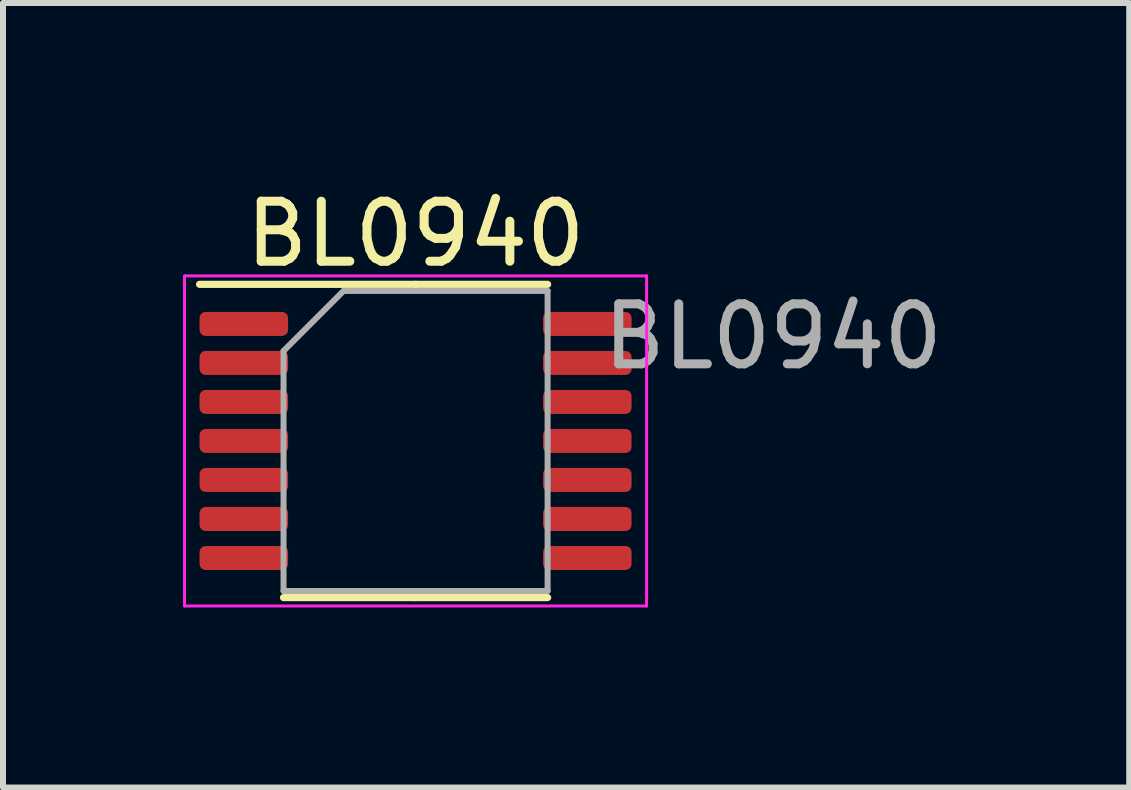
<source format=kicad_pcb>
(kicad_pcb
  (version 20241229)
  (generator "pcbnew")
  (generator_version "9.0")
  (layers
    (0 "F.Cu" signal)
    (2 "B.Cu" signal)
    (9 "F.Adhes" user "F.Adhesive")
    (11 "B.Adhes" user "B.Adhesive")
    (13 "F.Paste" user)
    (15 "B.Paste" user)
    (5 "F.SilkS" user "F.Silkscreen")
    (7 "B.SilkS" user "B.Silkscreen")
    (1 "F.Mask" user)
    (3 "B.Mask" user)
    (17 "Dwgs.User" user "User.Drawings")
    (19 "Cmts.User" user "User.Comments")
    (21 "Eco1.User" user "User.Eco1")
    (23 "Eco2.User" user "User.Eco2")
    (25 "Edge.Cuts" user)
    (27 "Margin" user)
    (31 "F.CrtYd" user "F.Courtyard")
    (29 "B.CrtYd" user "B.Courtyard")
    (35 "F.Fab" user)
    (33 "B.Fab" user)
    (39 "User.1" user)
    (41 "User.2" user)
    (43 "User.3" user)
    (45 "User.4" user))
  (footprint "BL0940"
    (layer "F.Cu")
    (at 3.875 4.298)
    (property "Reference" "BL0940" (at 0 -3.45 0) (layer "F.SilkS") (effects (font (size 1 1) (thickness 0.15))))
    (attr smd)
    (fp_line (start 0 -2.61) (end -3.6 -2.61) (stroke (width 0.12) (type solid)) (layer "F.SilkS"))
    (fp_line (start 0 -2.61) (end 2.2 -2.61) (stroke (width 0.12) (type solid)) (layer "F.SilkS"))
    (fp_line (start 0 2.61) (end -2.2 2.61) (stroke (width 0.12) (type solid)) (layer "F.SilkS"))
    (fp_line (start 0 2.61) (end 2.2 2.61) (stroke (width 0.12) (type solid)) (layer "F.SilkS"))
    (fp_line (start -3.85 -2.75) (end -3.85 2.75) (stroke (width 0.05) (type solid)) (layer "F.CrtYd"))
    (fp_line (start -3.85 2.75) (end 3.85 2.75) (stroke (width 0.05) (type solid)) (layer "F.CrtYd"))
    (fp_line (start 3.85 -2.75) (end -3.85 -2.75) (stroke (width 0.05) (type solid)) (layer "F.CrtYd"))
    (fp_line (start 3.85 2.75) (end 3.85 -2.75) (stroke (width 0.05) (type solid)) (layer "F.CrtYd"))
    (fp_line (start -2.2 -1.5) (end -1.2 -2.5) (stroke (width 0.1) (type solid)) (layer "F.Fab"))
    (fp_line (start -2.2 2.5) (end -2.2 -1.5) (stroke (width 0.1) (type solid)) (layer "F.Fab"))
    (fp_line (start -1.2 -2.5) (end 2.2 -2.5) (stroke (width 0.1) (type solid)) (layer "F.Fab"))
    (fp_line (start 2.2 -2.5) (end 2.2 2.5) (stroke (width 0.1) (type solid)) (layer "F.Fab"))
    (fp_line (start 2.2 2.5) (end -2.2 2.5) (stroke (width 0.1) (type solid)) (layer "F.Fab"))
    (fp_text user "${REFERENCE}" (at 5.957 -1.74 0) (layer "F.Fab") (effects (font (size 1 1) (thickness 0.15))))
    (pad "1" smd roundrect (at -2.862 -1.95) (size 1.475 0.4) (layers "F.Cu" "F.Mask" "F.Paste") (roundrect_rratio 0.25))
    (pad "2" smd roundrect (at -2.862 -1.3) (size 1.475 0.4) (layers "F.Cu" "F.Mask" "F.Paste") (roundrect_rratio 0.25))
    (pad "3" smd roundrect (at -2.862 -0.65) (size 1.475 0.4) (layers "F.Cu" "F.Mask" "F.Paste") (roundrect_rratio 0.25))
    (pad "4" smd roundrect (at -2.862 0) (size 1.475 0.4) (layers "F.Cu" "F.Mask" "F.Paste") (roundrect_rratio 0.25))
    (pad "5" smd roundrect (at -2.862 0.65) (size 1.475 0.4) (layers "F.Cu" "F.Mask" "F.Paste") (roundrect_rratio 0.25))
    (pad "6" smd roundrect (at -2.862 1.3) (size 1.475 0.4) (layers "F.Cu" "F.Mask" "F.Paste") (roundrect_rratio 0.25))
    (pad "7" smd roundrect (at -2.862 1.95) (size 1.475 0.4) (layers "F.Cu" "F.Mask" "F.Paste") (roundrect_rratio 0.25))
    (pad "8" smd roundrect (at 2.862 1.95) (size 1.475 0.4) (layers "F.Cu" "F.Mask" "F.Paste") (roundrect_rratio 0.25))
    (pad "9" smd roundrect (at 2.862 1.3) (size 1.475 0.4) (layers "F.Cu" "F.Mask" "F.Paste") (roundrect_rratio 0.25))
    (pad "10" smd roundrect (at 2.862 0.65) (size 1.475 0.4) (layers "F.Cu" "F.Mask" "F.Paste") (roundrect_rratio 0.25))
    (pad "11" smd roundrect (at 2.862 0) (size 1.475 0.4) (layers "F.Cu" "F.Mask" "F.Paste") (roundrect_rratio 0.25))
    (pad "12" smd roundrect (at 2.862 -0.65) (size 1.475 0.4) (layers "F.Cu" "F.Mask" "F.Paste") (roundrect_rratio 0.25))
    (pad "13" smd roundrect (at 2.862 -1.3) (size 1.475 0.4) (layers "F.Cu" "F.Mask" "F.Paste") (roundrect_rratio 0.25))
    (pad "14" smd roundrect (at 2.862 -1.95) (size 1.475 0.4) (layers "F.Cu" "F.Mask" "F.Paste") (roundrect_rratio 0.25)))
  (gr_rect
    (start -3 -3)
    (end 15.767 10.073)
    (stroke (width 0.1) (type default))
    (fill no)
    (layer "Edge.Cuts")))
</source>
